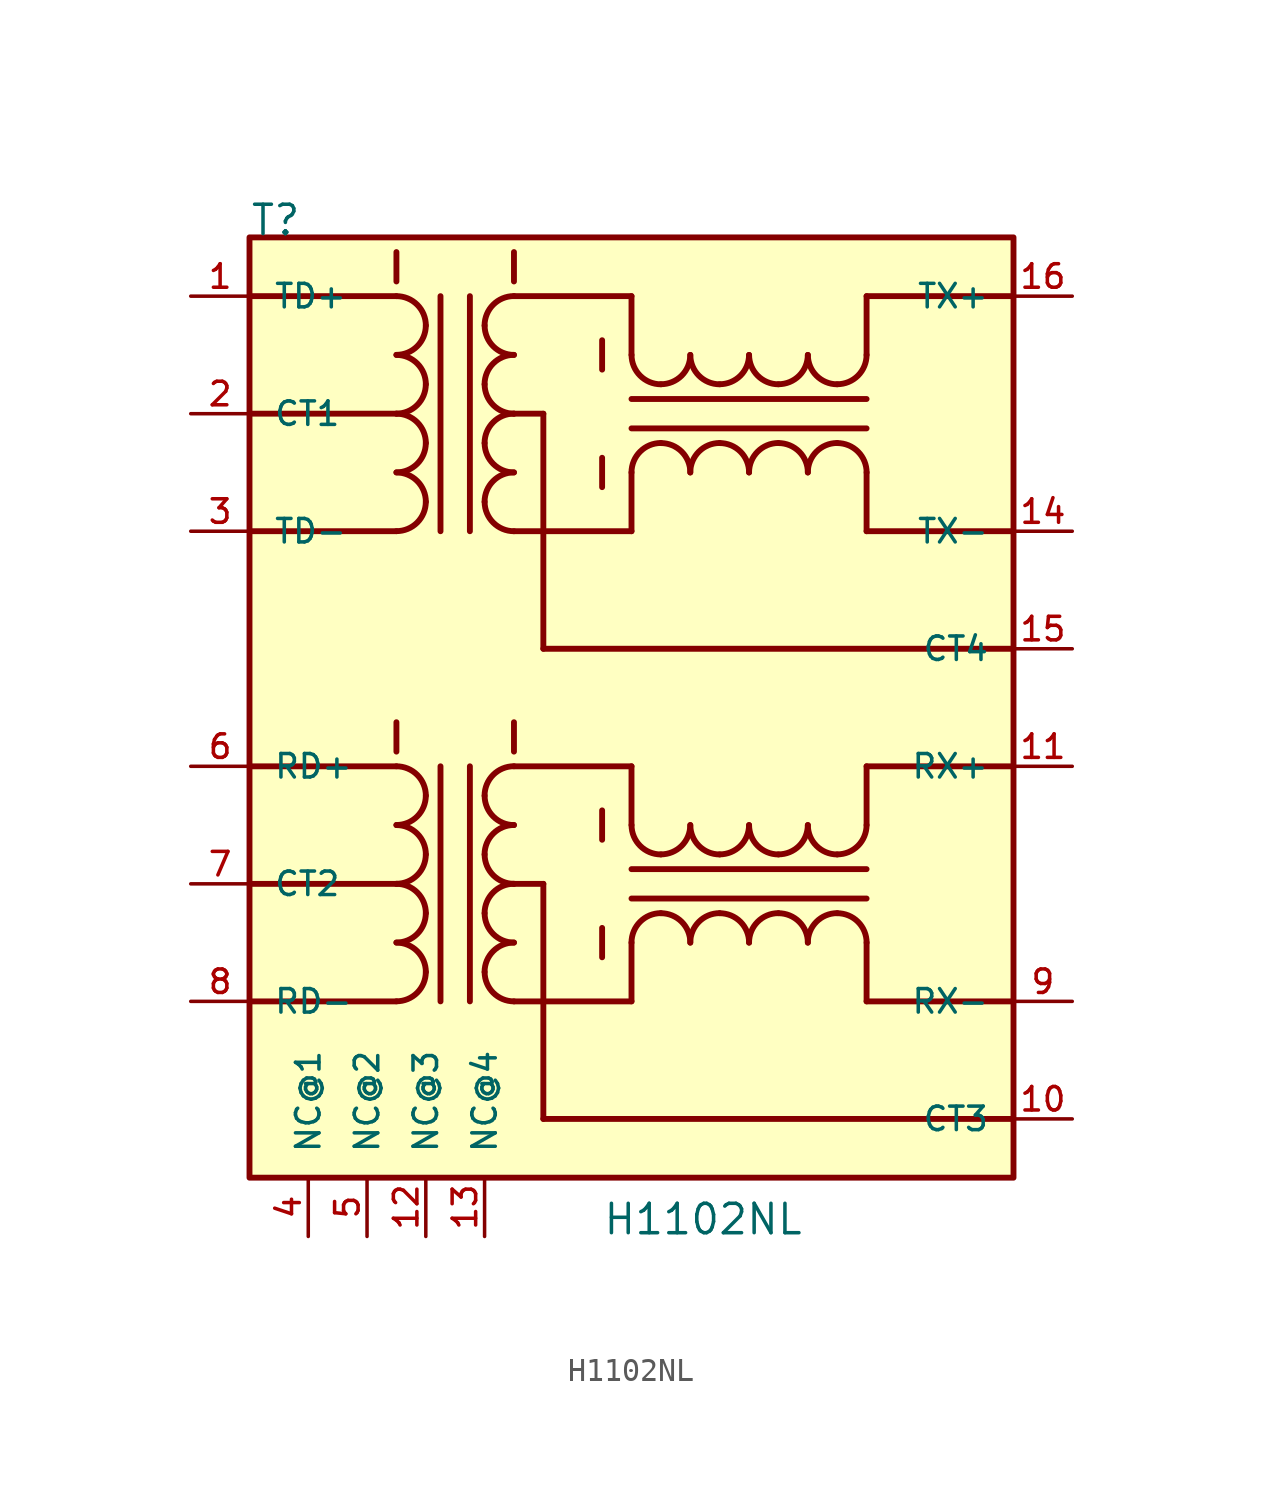
<source format=kicad_sym>
(kicad_symbol_lib
  (version 20220914)
  (generator kicad_symbol_editor)
  (symbol "H1102NL"
    (pin_names
      (offset 1.016))
    (property "Reference" "T"
      (at -17.78 20.32 0)
      (effects (font (size 1.27 1.27)) (justify left bottom)))
    (property "Value" "H1102NL"
      (at -2.54 -22.86 0)
      (effects (font (size 1.27 1.27)) (justify left bottom)))
    (symbol "H1102NL_0_0"
      (rectangle (start -17.78 20.32) (end 15.24 -20.32) (stroke (width 0.254) (type default)) (fill (type background)))
      (arc (start -11.43 -12.7) (mid -10.532 -12.328) (end -10.16 -11.43) (stroke (width 0.254) (type default)) (fill (type none)))
      (arc (start -11.43 -10.16) (mid -10.532 -9.788) (end -10.16 -8.89) (stroke (width 0.254) (type default)) (fill (type none)))
      (arc (start -11.43 -7.62) (mid -10.532 -7.248) (end -10.16 -6.35) (stroke (width 0.254) (type default)) (fill (type none)))
      (arc (start -11.43 -5.08) (mid -10.532 -4.708) (end -10.16 -3.81) (stroke (width 0.254) (type default)) (fill (type none)))
      (arc (start -11.43 7.62) (mid -10.532 7.992) (end -10.16 8.89) (stroke (width 0.254) (type default)) (fill (type none)))
      (arc (start -11.43 10.16) (mid -10.532 10.532) (end -10.16 11.43) (stroke (width 0.254) (type default)) (fill (type none)))
      (arc (start -11.43 12.7) (mid -10.532 13.072) (end -10.16 13.97) (stroke (width 0.254) (type default)) (fill (type none)))
      (arc (start -11.43 15.24) (mid -10.532 15.612) (end -10.16 16.51) (stroke (width 0.254) (type default)) (fill (type none)))
      (arc (start -10.16 -11.43) (mid -10.532 -10.532) (end -11.43 -10.16) (stroke (width 0.254) (type default)) (fill (type none)))
      (arc (start -10.16 -8.89) (mid -10.532 -7.992) (end -11.43 -7.62) (stroke (width 0.254) (type default)) (fill (type none)))
      (arc (start -10.16 -6.35) (mid -10.532 -5.452) (end -11.43 -5.08) (stroke (width 0.254) (type default)) (fill (type none)))
      (arc (start -10.16 -3.81) (mid -10.532 -2.912) (end -11.43 -2.54) (stroke (width 0.254) (type default)) (fill (type none)))
      (arc (start -10.16 8.89) (mid -10.532 9.788) (end -11.43 10.16) (stroke (width 0.254) (type default)) (fill (type none)))
      (arc (start -10.16 11.43) (mid -10.532 12.328) (end -11.43 12.7) (stroke (width 0.254) (type default)) (fill (type none)))
      (arc (start -10.16 13.97) (mid -10.532 14.868) (end -11.43 15.24) (stroke (width 0.254) (type default)) (fill (type none)))
      (arc (start -10.16 16.51) (mid -10.532 17.408) (end -11.43 17.78) (stroke (width 0.254) (type default)) (fill (type none)))
      (arc (start -7.62 -11.43) (mid -7.248 -12.328) (end -6.35 -12.7) (stroke (width 0.254) (type default)) (fill (type none)))
      (arc (start -7.62 -8.89) (mid -7.248 -9.788) (end -6.35 -10.16) (stroke (width 0.254) (type default)) (fill (type none)))
      (arc (start -7.62 -6.35) (mid -7.248 -7.248) (end -6.35 -7.62) (stroke (width 0.254) (type default)) (fill (type none)))
      (arc (start -7.62 -3.81) (mid -7.248 -4.708) (end -6.35 -5.08) (stroke (width 0.254) (type default)) (fill (type none)))
      (arc (start -7.62 8.89) (mid -7.248 7.992) (end -6.35 7.62) (stroke (width 0.254) (type default)) (fill (type none)))
      (arc (start -7.62 11.43) (mid -7.248 10.532) (end -6.35 10.16) (stroke (width 0.254) (type default)) (fill (type none)))
      (arc (start -7.62 13.97) (mid -7.248 13.072) (end -6.35 12.7) (stroke (width 0.254) (type default)) (fill (type none)))
      (arc (start -7.62 16.51) (mid -7.248 15.612) (end -6.35 15.24) (stroke (width 0.254) (type default)) (fill (type none)))
      (arc (start -6.35 -10.16) (mid -7.248 -10.532) (end -7.62 -11.43) (stroke (width 0.254) (type default)) (fill (type none)))
      (arc (start -6.35 -7.62) (mid -7.248 -7.992) (end -7.62 -8.89) (stroke (width 0.254) (type default)) (fill (type none)))
      (arc (start -6.35 -5.08) (mid -7.248 -5.452) (end -7.62 -6.35) (stroke (width 0.254) (type default)) (fill (type none)))
      (arc (start -6.35 -2.54) (mid -7.248 -2.912) (end -7.62 -3.81) (stroke (width 0.254) (type default)) (fill (type none)))
      (arc (start -6.35 10.16) (mid -7.248 9.788) (end -7.62 8.89) (stroke (width 0.254) (type default)) (fill (type none)))
      (arc (start -6.35 12.7) (mid -7.248 12.328) (end -7.62 11.43) (stroke (width 0.254) (type default)) (fill (type none)))
      (arc (start -6.35 15.24) (mid -7.248 14.868) (end -7.62 13.97) (stroke (width 0.254) (type default)) (fill (type none)))
      (arc (start -6.35 17.78) (mid -7.248 17.408) (end -7.62 16.51) (stroke (width 0.254) (type default)) (fill (type none)))
      (arc (start -1.27 -5.08) (mid -0.898 -5.978) (end 0 -6.35) (stroke (width 0.254) (type default)) (fill (type none)))
      (arc (start -1.27 15.24) (mid -0.898 14.342) (end 0 13.97) (stroke (width 0.254) (type default)) (fill (type none)))
      (arc (start 0 -8.89) (mid -0.898 -9.262) (end -1.27 -10.16) (stroke (width 0.254) (type default)) (fill (type none)))
      (arc (start 0 -6.35) (mid 0.898 -5.978) (end 1.27 -5.08) (stroke (width 0.254) (type default)) (fill (type none)))
      (polyline (pts (xy -17.78 -2.54) (xy -11.43 -2.54)) (stroke (width 0.254) (type default)) (fill (type none)))
      (polyline (pts (xy -17.78 17.78) (xy -11.43 17.78)) (stroke (width 0.254) (type default)) (fill (type none)))
      (polyline (pts (xy -11.43 -12.7) (xy -17.78 -12.7)) (stroke (width 0.254) (type default)) (fill (type none)))
      (polyline (pts (xy -11.43 -7.62) (xy -17.78 -7.62)) (stroke (width 0.254) (type default)) (fill (type none)))
      (polyline (pts (xy -11.43 7.62) (xy -17.78 7.62)) (stroke (width 0.254) (type default)) (fill (type none)))
      (polyline (pts (xy -11.43 12.7) (xy -17.78 12.7)) (stroke (width 0.254) (type default)) (fill (type none)))
      (polyline (pts (xy -9.525 -2.54) (xy -9.525 -12.7)) (stroke (width 0.254) (type default)) (fill (type none)))
      (polyline (pts (xy -9.525 17.78) (xy -9.525 7.62)) (stroke (width 0.254) (type default)) (fill (type none)))
      (polyline (pts (xy -8.255 -2.54) (xy -8.255 -12.7)) (stroke (width 0.254) (type default)) (fill (type none)))
      (polyline (pts (xy -8.255 17.78) (xy -8.255 7.62)) (stroke (width 0.254) (type default)) (fill (type none)))
      (polyline (pts (xy -6.35 -7.62) (xy -5.08 -7.62)) (stroke (width 0.254) (type default)) (fill (type none)))
      (polyline (pts (xy -6.35 -2.54) (xy -1.27 -2.54)) (stroke (width 0.254) (type default)) (fill (type none)))
      (polyline (pts (xy -6.35 12.7) (xy -5.08 12.7)) (stroke (width 0.254) (type default)) (fill (type none)))
      (polyline (pts (xy -6.35 17.78) (xy -1.27 17.78)) (stroke (width 0.254) (type default)) (fill (type none)))
      (polyline (pts (xy -5.08 -17.78) (xy 15.24 -17.78)) (stroke (width 0.254) (type default)) (fill (type none)))
      (polyline (pts (xy -5.08 -7.62) (xy -5.08 -17.78)) (stroke (width 0.254) (type default)) (fill (type none)))
      (polyline (pts (xy -5.08 2.54) (xy 15.24 2.54)) (stroke (width 0.254) (type default)) (fill (type none)))
      (polyline (pts (xy -5.08 12.7) (xy -5.08 2.54)) (stroke (width 0.254) (type default)) (fill (type none)))
      (polyline (pts (xy -1.27 -12.7) (xy -6.35 -12.7)) (stroke (width 0.254) (type default)) (fill (type none)))
      (polyline (pts (xy -1.27 -12.7) (xy -1.27 -10.16)) (stroke (width 0.254) (type default)) (fill (type none)))
      (polyline (pts (xy -1.27 -8.255) (xy 8.89 -8.255)) (stroke (width 0.254) (type default)) (fill (type none)))
      (polyline (pts (xy -1.27 -6.985) (xy 8.89 -6.985)) (stroke (width 0.254) (type default)) (fill (type none)))
      (polyline (pts (xy -1.27 -2.54) (xy -1.27 -5.08)) (stroke (width 0.254) (type default)) (fill (type none)))
      (polyline (pts (xy -1.27 7.62) (xy -6.35 7.62)) (stroke (width 0.254) (type default)) (fill (type none)))
      (polyline (pts (xy -1.27 7.62) (xy -1.27 10.16)) (stroke (width 0.254) (type default)) (fill (type none)))
      (polyline (pts (xy -1.27 12.065) (xy 8.89 12.065)) (stroke (width 0.254) (type default)) (fill (type none)))
      (polyline (pts (xy -1.27 13.335) (xy 8.89 13.335)) (stroke (width 0.254) (type default)) (fill (type none)))
      (polyline (pts (xy -1.27 17.78) (xy -1.27 15.24)) (stroke (width 0.254) (type default)) (fill (type none)))
      (polyline (pts (xy 8.89 -12.7) (xy 15.24 -12.7)) (stroke (width 0.254) (type default)) (fill (type none)))
      (polyline (pts (xy 8.89 -10.16) (xy 8.89 -12.7)) (stroke (width 0.254) (type default)) (fill (type none)))
      (polyline (pts (xy 8.89 -5.08) (xy 8.89 -2.54)) (stroke (width 0.254) (type default)) (fill (type none)))
      (polyline (pts (xy 8.89 -2.54) (xy 15.24 -2.54)) (stroke (width 0.254) (type default)) (fill (type none)))
      (polyline (pts (xy 8.89 7.62) (xy 15.24 7.62)) (stroke (width 0.254) (type default)) (fill (type none)))
      (polyline (pts (xy 8.89 10.16) (xy 8.89 7.62)) (stroke (width 0.254) (type default)) (fill (type none)))
      (polyline (pts (xy 8.89 15.24) (xy 8.89 17.78)) (stroke (width 0.254) (type default)) (fill (type none)))
      (polyline (pts (xy 8.89 17.78) (xy 15.24 17.78)) (stroke (width 0.254) (type default)) (fill (type none)))
      (polyline (pts (xy -11.43 -0.635) (xy -11.43 -1.905) (xy -11.43 -0.635)) (stroke (width 0.254) (type default)) (fill (type outline)))
      (polyline (pts (xy -11.43 19.685) (xy -11.43 18.415) (xy -11.43 19.685)) (stroke (width 0.254) (type default)) (fill (type outline)))
      (polyline (pts (xy -6.35 -0.635) (xy -6.35 -1.905) (xy -6.35 -0.635)) (stroke (width 0.254) (type default)) (fill (type outline)))
      (polyline (pts (xy -6.35 19.685) (xy -6.35 18.415) (xy -6.35 19.685)) (stroke (width 0.254) (type default)) (fill (type outline)))
      (polyline (pts (xy -2.54 -9.525) (xy -2.54 -10.795) (xy -2.54 -9.525)) (stroke (width 0.254) (type default)) (fill (type outline)))
      (polyline (pts (xy -2.54 -4.445) (xy -2.54 -5.715) (xy -2.54 -4.445)) (stroke (width 0.254) (type default)) (fill (type outline)))
      (polyline (pts (xy -2.54 10.795) (xy -2.54 9.525) (xy -2.54 10.795)) (stroke (width 0.254) (type default)) (fill (type outline)))
      (polyline (pts (xy -2.54 15.875) (xy -2.54 14.605) (xy -2.54 15.875)) (stroke (width 0.254) (type default)) (fill (type outline)))
      (arc (start 0 11.43) (mid -0.898 11.058) (end -1.27 10.16) (stroke (width 0.254) (type default)) (fill (type none)))
      (arc (start 0 13.97) (mid 0.898 14.342) (end 1.27 15.24) (stroke (width 0.254) (type default)) (fill (type none)))
      (arc (start 1.27 -10.16) (mid 0.898 -9.262) (end 0 -8.89) (stroke (width 0.254) (type default)) (fill (type none)))
      (arc (start 1.27 -5.08) (mid 1.642 -5.978) (end 2.54 -6.35) (stroke (width 0.254) (type default)) (fill (type none)))
      (arc (start 1.27 10.16) (mid 0.898 11.058) (end 0 11.43) (stroke (width 0.254) (type default)) (fill (type none)))
      (arc (start 1.27 15.24) (mid 1.642 14.342) (end 2.54 13.97) (stroke (width 0.254) (type default)) (fill (type none)))
      (arc (start 2.54 -8.89) (mid 1.642 -9.262) (end 1.27 -10.16) (stroke (width 0.254) (type default)) (fill (type none)))
      (arc (start 2.54 -6.35) (mid 3.438 -5.978) (end 3.81 -5.08) (stroke (width 0.254) (type default)) (fill (type none)))
      (arc (start 2.54 11.43) (mid 1.642 11.058) (end 1.27 10.16) (stroke (width 0.254) (type default)) (fill (type none)))
      (arc (start 2.54 13.97) (mid 3.438 14.342) (end 3.81 15.24) (stroke (width 0.254) (type default)) (fill (type none)))
      (arc (start 3.81 -10.16) (mid 3.438 -9.262) (end 2.54 -8.89) (stroke (width 0.254) (type default)) (fill (type none)))
      (arc (start 3.81 -5.08) (mid 4.182 -5.978) (end 5.08 -6.35) (stroke (width 0.254) (type default)) (fill (type none)))
      (arc (start 3.81 10.16) (mid 3.438 11.058) (end 2.54 11.43) (stroke (width 0.254) (type default)) (fill (type none)))
      (arc (start 3.81 15.24) (mid 4.182 14.342) (end 5.08 13.97) (stroke (width 0.254) (type default)) (fill (type none)))
      (arc (start 5.08 -8.89) (mid 4.182 -9.262) (end 3.81 -10.16) (stroke (width 0.254) (type default)) (fill (type none)))
      (arc (start 5.08 -6.35) (mid 5.978 -5.978) (end 6.35 -5.08) (stroke (width 0.254) (type default)) (fill (type none)))
      (arc (start 5.08 11.43) (mid 4.182 11.058) (end 3.81 10.16) (stroke (width 0.254) (type default)) (fill (type none)))
      (arc (start 5.08 13.97) (mid 5.978 14.342) (end 6.35 15.24) (stroke (width 0.254) (type default)) (fill (type none)))
      (arc (start 6.35 -10.16) (mid 5.978 -9.262) (end 5.08 -8.89) (stroke (width 0.254) (type default)) (fill (type none)))
      (arc (start 6.35 -5.08) (mid 6.722 -5.978) (end 7.62 -6.35) (stroke (width 0.254) (type default)) (fill (type none)))
      (arc (start 6.35 10.16) (mid 5.978 11.058) (end 5.08 11.43) (stroke (width 0.254) (type default)) (fill (type none)))
      (arc (start 6.35 15.24) (mid 6.722 14.342) (end 7.62 13.97) (stroke (width 0.254) (type default)) (fill (type none)))
      (arc (start 7.62 -8.89) (mid 6.722 -9.262) (end 6.35 -10.16) (stroke (width 0.254) (type default)) (fill (type none)))
      (arc (start 7.62 -6.35) (mid 8.518 -5.978) (end 8.89 -5.08) (stroke (width 0.254) (type default)) (fill (type none)))
      (arc (start 7.62 11.43) (mid 6.722 11.058) (end 6.35 10.16) (stroke (width 0.254) (type default)) (fill (type none)))
      (arc (start 7.62 13.97) (mid 8.518 14.342) (end 8.89 15.24) (stroke (width 0.254) (type default)) (fill (type none)))
      (arc (start 8.89 -10.16) (mid 8.518 -9.262) (end 7.62 -8.89) (stroke (width 0.254) (type default)) (fill (type none)))
      (arc (start 8.89 10.16) (mid 8.518 11.058) (end 7.62 11.43) (stroke (width 0.254) (type default)) (fill (type none)))
      (pin passive line (at -20.32 17.78 0) (length 2.54) (name "TD+" (effects (font (size 1.016 1.016)))) (number "1" (effects (font (size 1.016 1.016)))))
      (pin passive line (at 17.78 -17.78 180) (length 2.54) (name "CT3" (effects (font (size 1.016 1.016)))) (number "10" (effects (font (size 1.016 1.016)))))
      (pin passive line (at 17.78 -2.54 180) (length 2.54) (name "RX+" (effects (font (size 1.016 1.016)))) (number "11" (effects (font (size 1.016 1.016)))))
      (pin passive line (at -10.16 -22.86 90) (length 2.54) (name "NC@3" (effects (font (size 1.016 1.016)))) (number "12" (effects (font (size 1.016 1.016)))))
      (pin passive line (at -7.62 -22.86 90) (length 2.54) (name "NC@4" (effects (font (size 1.016 1.016)))) (number "13" (effects (font (size 1.016 1.016)))))
      (pin passive line (at 17.78 7.62 180) (length 2.54) (name "TX-" (effects (font (size 1.016 1.016)))) (number "14" (effects (font (size 1.016 1.016)))))
      (pin passive line (at 17.78 2.54 180) (length 2.54) (name "CT4" (effects (font (size 1.016 1.016)))) (number "15" (effects (font (size 1.016 1.016)))))
      (pin passive line (at 17.78 17.78 180) (length 2.54) (name "TX+" (effects (font (size 1.016 1.016)))) (number "16" (effects (font (size 1.016 1.016)))))
      (pin passive line (at -20.32 12.7 0) (length 2.54) (name "CT1" (effects (font (size 1.016 1.016)))) (number "2" (effects (font (size 1.016 1.016)))))
      (pin passive line (at -20.32 7.62 0) (length 2.54) (name "TD-" (effects (font (size 1.016 1.016)))) (number "3" (effects (font (size 1.016 1.016)))))
      (pin passive line (at -15.24 -22.86 90) (length 2.54) (name "NC@1" (effects (font (size 1.016 1.016)))) (number "4" (effects (font (size 1.016 1.016)))))
      (pin passive line (at -12.7 -22.86 90) (length 2.54) (name "NC@2" (effects (font (size 1.016 1.016)))) (number "5" (effects (font (size 1.016 1.016)))))
      (pin passive line (at -20.32 -2.54 0) (length 2.54) (name "RD+" (effects (font (size 1.016 1.016)))) (number "6" (effects (font (size 1.016 1.016)))))
      (pin passive line (at -20.32 -7.62 0) (length 2.54) (name "CT2" (effects (font (size 1.016 1.016)))) (number "7" (effects (font (size 1.016 1.016)))))
      (pin passive line (at -20.32 -12.7 0) (length 2.54) (name "RD-" (effects (font (size 1.016 1.016)))) (number "8" (effects (font (size 1.016 1.016)))))
      (pin passive line (at 17.78 -12.7 180) (length 2.54) (name "RX-" (effects (font (size 1.016 1.016)))) (number "9" (effects (font (size 1.016 1.016))))))))
</source>
